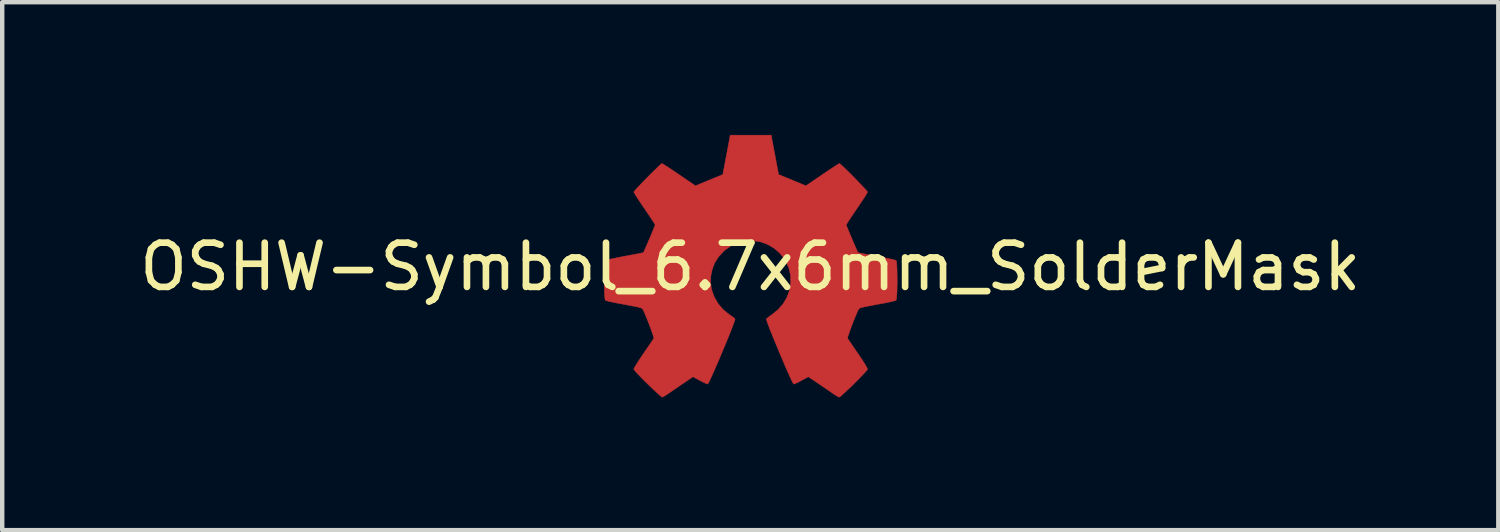
<source format=kicad_pcb>
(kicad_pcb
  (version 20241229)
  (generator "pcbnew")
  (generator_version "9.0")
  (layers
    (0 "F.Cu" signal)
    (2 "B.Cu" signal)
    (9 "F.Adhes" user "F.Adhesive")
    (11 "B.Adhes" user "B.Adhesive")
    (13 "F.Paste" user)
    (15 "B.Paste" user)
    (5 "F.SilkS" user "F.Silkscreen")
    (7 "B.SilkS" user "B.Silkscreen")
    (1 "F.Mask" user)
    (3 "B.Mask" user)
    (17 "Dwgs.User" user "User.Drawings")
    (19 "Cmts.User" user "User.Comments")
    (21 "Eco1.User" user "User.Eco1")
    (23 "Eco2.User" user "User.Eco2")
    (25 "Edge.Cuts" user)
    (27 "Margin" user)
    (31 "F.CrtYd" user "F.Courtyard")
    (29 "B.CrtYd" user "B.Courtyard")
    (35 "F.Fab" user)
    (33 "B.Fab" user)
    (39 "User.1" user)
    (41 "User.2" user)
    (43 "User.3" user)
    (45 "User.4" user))
  (footprint "OSHW-Symbol_6.7x6mm_SolderMask"
    (layer "F.Cu")
    (at 13.911 2.981)
    (property "Reference" "OSHW-Symbol_6.7x6mm_SolderMask" (at 0 0 0) (layer "F.SilkS") (effects (font (size 1 1) (thickness 0.15))))
    (attr exclude_from_pos_files exclude_from_bom)
    (fp_poly (pts (xy 0.556 -2.531) (xy 0.64 -2.086) (xy 0.949 -1.959) (xy 1.258 -1.831) (xy 1.629 -2.084) (xy 1.733 -2.154) (xy 1.827 -2.217) (xy 1.907 -2.269) (xy 1.967 -2.308) (xy 2.005 -2.331) (xy 2.015 -2.336) (xy 2.034 -2.323) (xy 2.073 -2.288) (xy 2.13 -2.235) (xy 2.198 -2.168) (xy 2.274 -2.093) (xy 2.353 -2.013) (xy 2.431 -1.932) (xy 2.504 -1.857) (xy 2.567 -1.79) (xy 2.615 -1.737) (xy 2.644 -1.702) (xy 2.651 -1.69) (xy 2.641 -1.669) (xy 2.613 -1.621) (xy 2.569 -1.553) (xy 2.513 -1.468) (xy 2.448 -1.371) (xy 2.41 -1.316) (xy 2.341 -1.215) (xy 2.28 -1.124) (xy 2.23 -1.047) (xy 2.193 -0.989) (xy 2.172 -0.955) (xy 2.169 -0.948) (xy 2.176 -0.927) (xy 2.195 -0.879) (xy 2.223 -0.811) (xy 2.257 -0.729) (xy 2.295 -0.64) (xy 2.333 -0.55) (xy 2.369 -0.467) (xy 2.4 -0.396) (xy 2.423 -0.346) (xy 2.435 -0.322) (xy 2.436 -0.321) (xy 2.455 -0.316) (xy 2.505 -0.306) (xy 2.581 -0.291) (xy 2.678 -0.272) (xy 2.791 -0.251) (xy 2.856 -0.239) (xy 2.977 -0.216) (xy 3.086 -0.194) (xy 3.177 -0.174) (xy 3.246 -0.158) (xy 3.287 -0.147) (xy 3.296 -0.143) (xy 3.304 -0.119) (xy 3.31 -0.064) (xy 3.315 0.015) (xy 3.318 0.112) (xy 3.32 0.22) (xy 3.321 0.333) (xy 3.319 0.445) (xy 3.317 0.549) (xy 3.312 0.638) (xy 3.307 0.707) (xy 3.299 0.748) (xy 3.295 0.757) (xy 3.269 0.767) (xy 3.213 0.782) (xy 3.136 0.799) (xy 3.044 0.818) (xy 3.012 0.824) (xy 2.858 0.852) (xy 2.735 0.875) (xy 2.642 0.893) (xy 2.572 0.908) (xy 2.523 0.919) (xy 2.491 0.929) (xy 2.471 0.938) (xy 2.459 0.947) (xy 2.457 0.948) (xy 2.44 0.976) (xy 2.415 1.031) (xy 2.383 1.105) (xy 2.347 1.192) (xy 2.311 1.286) (xy 2.275 1.379) (xy 2.244 1.466) (xy 2.219 1.539) (xy 2.203 1.592) (xy 2.199 1.618) (xy 2.2 1.619) (xy 2.214 1.64) (xy 2.245 1.687) (xy 2.291 1.755) (xy 2.349 1.838) (xy 2.413 1.933) (xy 2.432 1.96) (xy 2.498 2.057) (xy 2.556 2.146) (xy 2.603 2.221) (xy 2.635 2.278) (xy 2.651 2.311) (xy 2.651 2.315) (xy 2.638 2.336) (xy 2.603 2.377) (xy 2.549 2.435) (xy 2.482 2.505) (xy 2.406 2.582) (xy 2.326 2.662) (xy 2.245 2.74) (xy 2.17 2.811) (xy 2.103 2.872) (xy 2.051 2.918) (xy 2.017 2.944) (xy 2.008 2.948) (xy 1.986 2.938) (xy 1.941 2.911) (xy 1.88 2.872) (xy 1.834 2.84) (xy 1.749 2.782) (xy 1.65 2.714) (xy 1.549 2.646) (xy 1.496 2.609) (xy 1.313 2.486) (xy 1.16 2.569) (xy 1.091 2.605) (xy 1.031 2.633) (xy 0.991 2.649) (xy 0.981 2.651) (xy 0.969 2.635) (xy 0.945 2.588) (xy 0.91 2.516) (xy 0.868 2.422) (xy 0.818 2.31) (xy 0.764 2.186) (xy 0.708 2.053) (xy 0.65 1.916) (xy 0.593 1.779) (xy 0.538 1.646) (xy 0.488 1.522) (xy 0.443 1.411) (xy 0.407 1.317) (xy 0.381 1.244) (xy 0.366 1.197) (xy 0.363 1.181) (xy 0.382 1.16) (xy 0.424 1.127) (xy 0.48 1.088) (xy 0.484 1.085) (xy 0.628 0.969) (xy 0.744 0.835) (xy 0.831 0.686) (xy 0.889 0.526) (xy 0.915 0.36) (xy 0.91 0.192) (xy 0.871 0.026) (xy 0.799 -0.134) (xy 0.778 -0.169) (xy 0.667 -0.309) (xy 0.536 -0.422) (xy 0.39 -0.507) (xy 0.233 -0.563) (xy 0.069 -0.589) (xy -0.097 -0.585) (xy -0.26 -0.551) (xy -0.416 -0.485) (xy -0.56 -0.388) (xy -0.605 -0.348) (xy -0.719 -0.224) (xy -0.802 -0.094) (xy -0.859 0.052) (xy -0.89 0.197) (xy -0.898 0.36) (xy -0.872 0.523) (xy -0.815 0.682) (xy -0.729 0.831) (xy -0.617 0.964) (xy -0.482 1.075) (xy -0.464 1.087) (xy -0.408 1.126) (xy -0.365 1.159) (xy -0.345 1.18) (xy -0.344 1.181) (xy -0.349 1.204) (xy -0.366 1.256) (xy -0.395 1.333) (xy -0.433 1.431) (xy -0.478 1.545) (xy -0.53 1.672) (xy -0.585 1.806) (xy -0.643 1.943) (xy -0.7 2.08) (xy -0.757 2.211) (xy -0.81 2.333) (xy -0.858 2.441) (xy -0.899 2.532) (xy -0.932 2.599) (xy -0.954 2.64) (xy -0.963 2.651) (xy -0.99 2.643) (xy -1.04 2.62) (xy -1.106 2.588) (xy -1.142 2.569) (xy -1.295 2.486) (xy -1.477 2.609) (xy -1.57 2.672) (xy -1.672 2.742) (xy -1.767 2.807) (xy -1.815 2.84) (xy -1.882 2.885) (xy -1.939 2.921) (xy -1.979 2.943) (xy -1.991 2.948) (xy -2.01 2.935) (xy -2.051 2.9) (xy -2.11 2.847) (xy -2.185 2.778) (xy -2.269 2.698) (xy -2.323 2.646) (xy -2.416 2.554) (xy -2.497 2.472) (xy -2.562 2.403) (xy -2.608 2.351) (xy -2.631 2.319) (xy -2.633 2.312) (xy -2.623 2.287) (xy -2.594 2.237) (xy -2.551 2.167) (xy -2.496 2.082) (xy -2.432 1.986) (xy -2.413 1.96) (xy -2.347 1.863) (xy -2.287 1.776) (xy -2.238 1.704) (xy -2.202 1.65) (xy -2.183 1.622) (xy -2.181 1.619) (xy -2.184 1.596) (xy -2.199 1.545) (xy -2.223 1.474) (xy -2.253 1.389) (xy -2.288 1.296) (xy -2.325 1.202) (xy -2.361 1.113) (xy -2.393 1.038) (xy -2.419 0.981) (xy -2.437 0.95) (xy -2.438 0.948) (xy -2.449 0.94) (xy -2.468 0.931) (xy -2.498 0.921) (xy -2.543 0.91) (xy -2.608 0.896) (xy -2.697 0.879) (xy -2.813 0.857) (xy -2.962 0.83) (xy -2.994 0.824) (xy -3.089 0.805) (xy -3.172 0.787) (xy -3.235 0.772) (xy -3.271 0.76) (xy -3.276 0.757) (xy -3.284 0.732) (xy -3.291 0.677) (xy -3.296 0.597) (xy -3.3 0.5) (xy -3.302 0.392) (xy -3.302 0.279) (xy -3.301 0.167) (xy -3.298 0.064) (xy -3.294 -0.026) (xy -3.289 -0.094) (xy -3.281 -0.135) (xy -3.277 -0.143) (xy -3.253 -0.152) (xy -3.197 -0.166) (xy -3.117 -0.183) (xy -3.016 -0.204) (xy -2.901 -0.227) (xy -2.838 -0.239) (xy -2.719 -0.261) (xy -2.613 -0.281) (xy -2.524 -0.298) (xy -2.46 -0.311) (xy -2.423 -0.319) (xy -2.417 -0.321) (xy -2.407 -0.34) (xy -2.386 -0.387) (xy -2.356 -0.455) (xy -2.32 -0.537) (xy -2.282 -0.626) (xy -2.244 -0.716) (xy -2.209 -0.8) (xy -2.18 -0.871) (xy -2.16 -0.922) (xy -2.151 -0.948) (xy -2.151 -0.949) (xy -2.161 -0.968) (xy -2.189 -1.014) (xy -2.233 -1.081) (xy -2.289 -1.165) (xy -2.354 -1.261) (xy -2.392 -1.316) (xy -2.461 -1.418) (xy -2.522 -1.509) (xy -2.573 -1.587) (xy -2.61 -1.647) (xy -2.63 -1.683) (xy -2.633 -1.691) (xy -2.62 -1.709) (xy -2.585 -1.75) (xy -2.533 -1.807) (xy -2.467 -1.876) (xy -2.393 -1.953) (xy -2.314 -2.033) (xy -2.235 -2.113) (xy -2.16 -2.187) (xy -2.095 -2.25) (xy -2.043 -2.299) (xy -2.008 -2.329) (xy -1.996 -2.336) (xy -1.978 -2.326) (xy -1.933 -2.298) (xy -1.866 -2.255) (xy -1.781 -2.199) (xy -1.684 -2.133) (xy -1.611 -2.084) (xy -1.24 -1.831) (xy -0.621 -2.086) (xy -0.537 -2.531) (xy -0.453 -2.976) (xy 0.472 -2.976) (xy 0.556 -2.531)) (stroke (width 0.01) (type solid)) (fill yes) (layer "F.Cu"))
    (fp_poly (pts (xy 0.556 -2.531) (xy 0.64 -2.086) (xy 0.949 -1.959) (xy 1.258 -1.831) (xy 1.629 -2.084) (xy 1.733 -2.154) (xy 1.827 -2.217) (xy 1.907 -2.269) (xy 1.967 -2.308) (xy 2.005 -2.331) (xy 2.015 -2.336) (xy 2.034 -2.323) (xy 2.073 -2.288) (xy 2.13 -2.235) (xy 2.198 -2.168) (xy 2.274 -2.093) (xy 2.353 -2.013) (xy 2.431 -1.932) (xy 2.504 -1.857) (xy 2.567 -1.79) (xy 2.615 -1.737) (xy 2.644 -1.702) (xy 2.651 -1.69) (xy 2.641 -1.669) (xy 2.613 -1.621) (xy 2.569 -1.553) (xy 2.513 -1.468) (xy 2.448 -1.371) (xy 2.41 -1.316) (xy 2.341 -1.215) (xy 2.28 -1.124) (xy 2.23 -1.047) (xy 2.193 -0.989) (xy 2.172 -0.955) (xy 2.169 -0.948) (xy 2.176 -0.927) (xy 2.195 -0.879) (xy 2.223 -0.811) (xy 2.257 -0.729) (xy 2.295 -0.64) (xy 2.333 -0.55) (xy 2.369 -0.467) (xy 2.4 -0.396) (xy 2.423 -0.346) (xy 2.435 -0.322) (xy 2.436 -0.321) (xy 2.455 -0.316) (xy 2.505 -0.306) (xy 2.581 -0.291) (xy 2.678 -0.272) (xy 2.791 -0.251) (xy 2.856 -0.239) (xy 2.977 -0.216) (xy 3.086 -0.194) (xy 3.177 -0.174) (xy 3.246 -0.158) (xy 3.287 -0.147) (xy 3.296 -0.143) (xy 3.304 -0.119) (xy 3.31 -0.064) (xy 3.315 0.015) (xy 3.318 0.112) (xy 3.32 0.22) (xy 3.321 0.333) (xy 3.319 0.445) (xy 3.317 0.549) (xy 3.312 0.638) (xy 3.307 0.707) (xy 3.299 0.748) (xy 3.295 0.757) (xy 3.269 0.767) (xy 3.213 0.782) (xy 3.136 0.799) (xy 3.044 0.818) (xy 3.012 0.824) (xy 2.858 0.852) (xy 2.735 0.875) (xy 2.642 0.893) (xy 2.572 0.908) (xy 2.523 0.919) (xy 2.491 0.929) (xy 2.471 0.938) (xy 2.459 0.947) (xy 2.457 0.948) (xy 2.44 0.976) (xy 2.415 1.031) (xy 2.383 1.105) (xy 2.347 1.192) (xy 2.311 1.286) (xy 2.275 1.379) (xy 2.244 1.466) (xy 2.219 1.539) (xy 2.203 1.592) (xy 2.199 1.618) (xy 2.2 1.619) (xy 2.214 1.64) (xy 2.245 1.687) (xy 2.291 1.755) (xy 2.349 1.838) (xy 2.413 1.933) (xy 2.432 1.96) (xy 2.498 2.057) (xy 2.556 2.146) (xy 2.603 2.221) (xy 2.635 2.278) (xy 2.651 2.311) (xy 2.651 2.315) (xy 2.638 2.336) (xy 2.603 2.377) (xy 2.549 2.435) (xy 2.482 2.505) (xy 2.406 2.582) (xy 2.326 2.662) (xy 2.245 2.74) (xy 2.17 2.811) (xy 2.103 2.872) (xy 2.051 2.918) (xy 2.017 2.944) (xy 2.008 2.948) (xy 1.986 2.938) (xy 1.941 2.911) (xy 1.88 2.872) (xy 1.834 2.84) (xy 1.749 2.782) (xy 1.65 2.714) (xy 1.549 2.646) (xy 1.496 2.609) (xy 1.313 2.486) (xy 1.16 2.569) (xy 1.091 2.605) (xy 1.031 2.633) (xy 0.991 2.649) (xy 0.981 2.651) (xy 0.969 2.635) (xy 0.945 2.588) (xy 0.91 2.516) (xy 0.868 2.422) (xy 0.818 2.31) (xy 0.764 2.186) (xy 0.708 2.053) (xy 0.65 1.916) (xy 0.593 1.779) (xy 0.538 1.646) (xy 0.488 1.522) (xy 0.443 1.411) (xy 0.407 1.317) (xy 0.381 1.244) (xy 0.366 1.197) (xy 0.363 1.181) (xy 0.382 1.16) (xy 0.424 1.127) (xy 0.48 1.088) (xy 0.484 1.085) (xy 0.628 0.969) (xy 0.744 0.835) (xy 0.831 0.686) (xy 0.889 0.526) (xy 0.915 0.36) (xy 0.91 0.192) (xy 0.871 0.026) (xy 0.799 -0.134) (xy 0.778 -0.169) (xy 0.667 -0.309) (xy 0.536 -0.422) (xy 0.39 -0.507) (xy 0.233 -0.563) (xy 0.069 -0.589) (xy -0.097 -0.585) (xy -0.26 -0.551) (xy -0.416 -0.485) (xy -0.56 -0.388) (xy -0.605 -0.348) (xy -0.719 -0.224) (xy -0.802 -0.094) (xy -0.859 0.052) (xy -0.89 0.197) (xy -0.898 0.36) (xy -0.872 0.523) (xy -0.815 0.682) (xy -0.729 0.831) (xy -0.617 0.964) (xy -0.482 1.075) (xy -0.464 1.087) (xy -0.408 1.126) (xy -0.365 1.159) (xy -0.345 1.18) (xy -0.344 1.181) (xy -0.349 1.204) (xy -0.366 1.256) (xy -0.395 1.333) (xy -0.433 1.431) (xy -0.478 1.545) (xy -0.53 1.672) (xy -0.585 1.806) (xy -0.643 1.943) (xy -0.7 2.08) (xy -0.757 2.211) (xy -0.81 2.333) (xy -0.858 2.441) (xy -0.899 2.532) (xy -0.932 2.599) (xy -0.954 2.64) (xy -0.963 2.651) (xy -0.99 2.643) (xy -1.04 2.62) (xy -1.106 2.588) (xy -1.142 2.569) (xy -1.295 2.486) (xy -1.477 2.609) (xy -1.57 2.672) (xy -1.672 2.742) (xy -1.767 2.807) (xy -1.815 2.84) (xy -1.882 2.885) (xy -1.939 2.921) (xy -1.979 2.943) (xy -1.991 2.948) (xy -2.01 2.935) (xy -2.051 2.9) (xy -2.11 2.847) (xy -2.185 2.778) (xy -2.269 2.698) (xy -2.323 2.646) (xy -2.416 2.554) (xy -2.497 2.472) (xy -2.562 2.403) (xy -2.608 2.351) (xy -2.631 2.319) (xy -2.633 2.312) (xy -2.623 2.287) (xy -2.594 2.237) (xy -2.551 2.167) (xy -2.496 2.082) (xy -2.432 1.986) (xy -2.413 1.96) (xy -2.347 1.863) (xy -2.287 1.776) (xy -2.238 1.704) (xy -2.202 1.65) (xy -2.183 1.622) (xy -2.181 1.619) (xy -2.184 1.596) (xy -2.199 1.545) (xy -2.223 1.474) (xy -2.253 1.389) (xy -2.288 1.296) (xy -2.325 1.202) (xy -2.361 1.113) (xy -2.393 1.038) (xy -2.419 0.981) (xy -2.437 0.95) (xy -2.438 0.948) (xy -2.449 0.94) (xy -2.468 0.931) (xy -2.498 0.921) (xy -2.543 0.91) (xy -2.608 0.896) (xy -2.697 0.879) (xy -2.813 0.857) (xy -2.962 0.83) (xy -2.994 0.824) (xy -3.089 0.805) (xy -3.172 0.787) (xy -3.235 0.772) (xy -3.271 0.76) (xy -3.276 0.757) (xy -3.284 0.732) (xy -3.291 0.677) (xy -3.296 0.597) (xy -3.3 0.5) (xy -3.302 0.392) (xy -3.302 0.279) (xy -3.301 0.167) (xy -3.298 0.064) (xy -3.294 -0.026) (xy -3.289 -0.094) (xy -3.281 -0.135) (xy -3.277 -0.143) (xy -3.253 -0.152) (xy -3.197 -0.166) (xy -3.117 -0.183) (xy -3.016 -0.204) (xy -2.901 -0.227) (xy -2.838 -0.239) (xy -2.719 -0.261) (xy -2.613 -0.281) (xy -2.524 -0.298) (xy -2.46 -0.311) (xy -2.423 -0.319) (xy -2.417 -0.321) (xy -2.407 -0.34) (xy -2.386 -0.387) (xy -2.356 -0.455) (xy -2.32 -0.537) (xy -2.282 -0.626) (xy -2.244 -0.716) (xy -2.209 -0.8) (xy -2.18 -0.871) (xy -2.16 -0.922) (xy -2.151 -0.948) (xy -2.151 -0.949) (xy -2.161 -0.968) (xy -2.189 -1.014) (xy -2.233 -1.081) (xy -2.289 -1.165) (xy -2.354 -1.261) (xy -2.392 -1.316) (xy -2.461 -1.418) (xy -2.522 -1.509) (xy -2.573 -1.587) (xy -2.61 -1.647) (xy -2.63 -1.683) (xy -2.633 -1.691) (xy -2.62 -1.709) (xy -2.585 -1.75) (xy -2.533 -1.807) (xy -2.467 -1.876) (xy -2.393 -1.953) (xy -2.314 -2.033) (xy -2.235 -2.113) (xy -2.16 -2.187) (xy -2.095 -2.25) (xy -2.043 -2.299) (xy -2.008 -2.329) (xy -1.996 -2.336) (xy -1.978 -2.326) (xy -1.933 -2.298) (xy -1.866 -2.255) (xy -1.781 -2.199) (xy -1.684 -2.133) (xy -1.611 -2.084) (xy -1.24 -1.831) (xy -0.621 -2.086) (xy -0.537 -2.531) (xy -0.453 -2.976) (xy 0.472 -2.976) (xy 0.556 -2.531)) (stroke (width 0.01) (type solid)) (fill yes) (layer "F.Mask")))
  (gr_rect
    (start -3 -3)
    (end 30.821 8.934)
    (stroke (width 0.1) (type default))
    (fill no)
    (layer "Edge.Cuts")))
</source>
